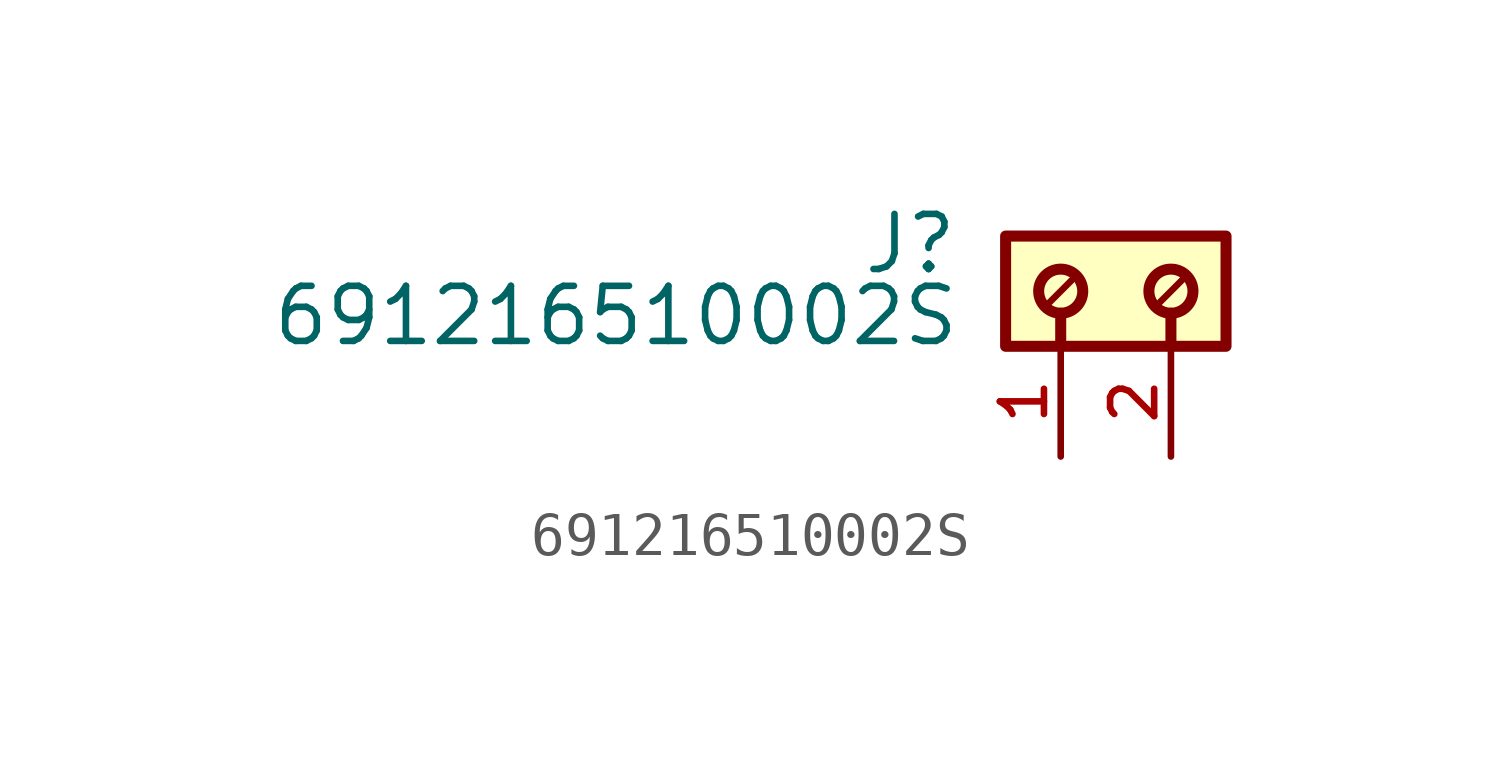
<source format=kicad_sym>
(kicad_symbol_lib
  (version 20211014)
  (generator kicad_symbol_editor)
  (symbol "691216510002S"
    (pin_names
      (offset 1.016))
    (property "Reference" "J"
      (at -4.88 -0.922 0)
      (effects (font (size 1.27 1.27)) (justify bottom right)))
    (property "Value" "691216510002S"
      (at -4.83 -2.58 0)
      (effects (font (size 1.27 1.27)) (justify bottom right)))
    (symbol "691216510002S_0_0"
      (polyline (pts (xy -2.54 -1.778) (xy -2.54 -2.54)) (stroke (width 0.254)))
      (polyline (pts (xy 0.0 -1.778) (xy 0.0 -2.54)) (stroke (width 0.254)))
      (polyline (pts (xy -2.286 -1.016) (xy -2.794 -1.524)) (stroke (width 0.152)))
      (polyline (pts (xy 0.254 -1.016) (xy -0.254 -1.524)) (stroke (width 0.152)))
      (circle (center -2.54 -1.27) (radius 0.508) (stroke (width 0.254)) (fill (type none)))
      (circle (center 0.0 -1.27) (radius 0.508) (stroke (width 0.254)) (fill (type none)))
      (rectangle (start -3.81 -2.54) (end 1.27 -2.22044604925e-16) (stroke (width 0.254)) (fill (type background)))
      (pin passive line (at -2.54 -5.08 90.0) (length 2.54) (name "~" (effects (font (size 1.016 1.016)))) (number "1" (effects (font (size 1.016 1.016)))))
      (pin passive line (at 0.0 -5.08 90.0) (length 2.54) (name "~" (effects (font (size 1.016 1.016)))) (number "2" (effects (font (size 1.016 1.016))))))))
</source>
